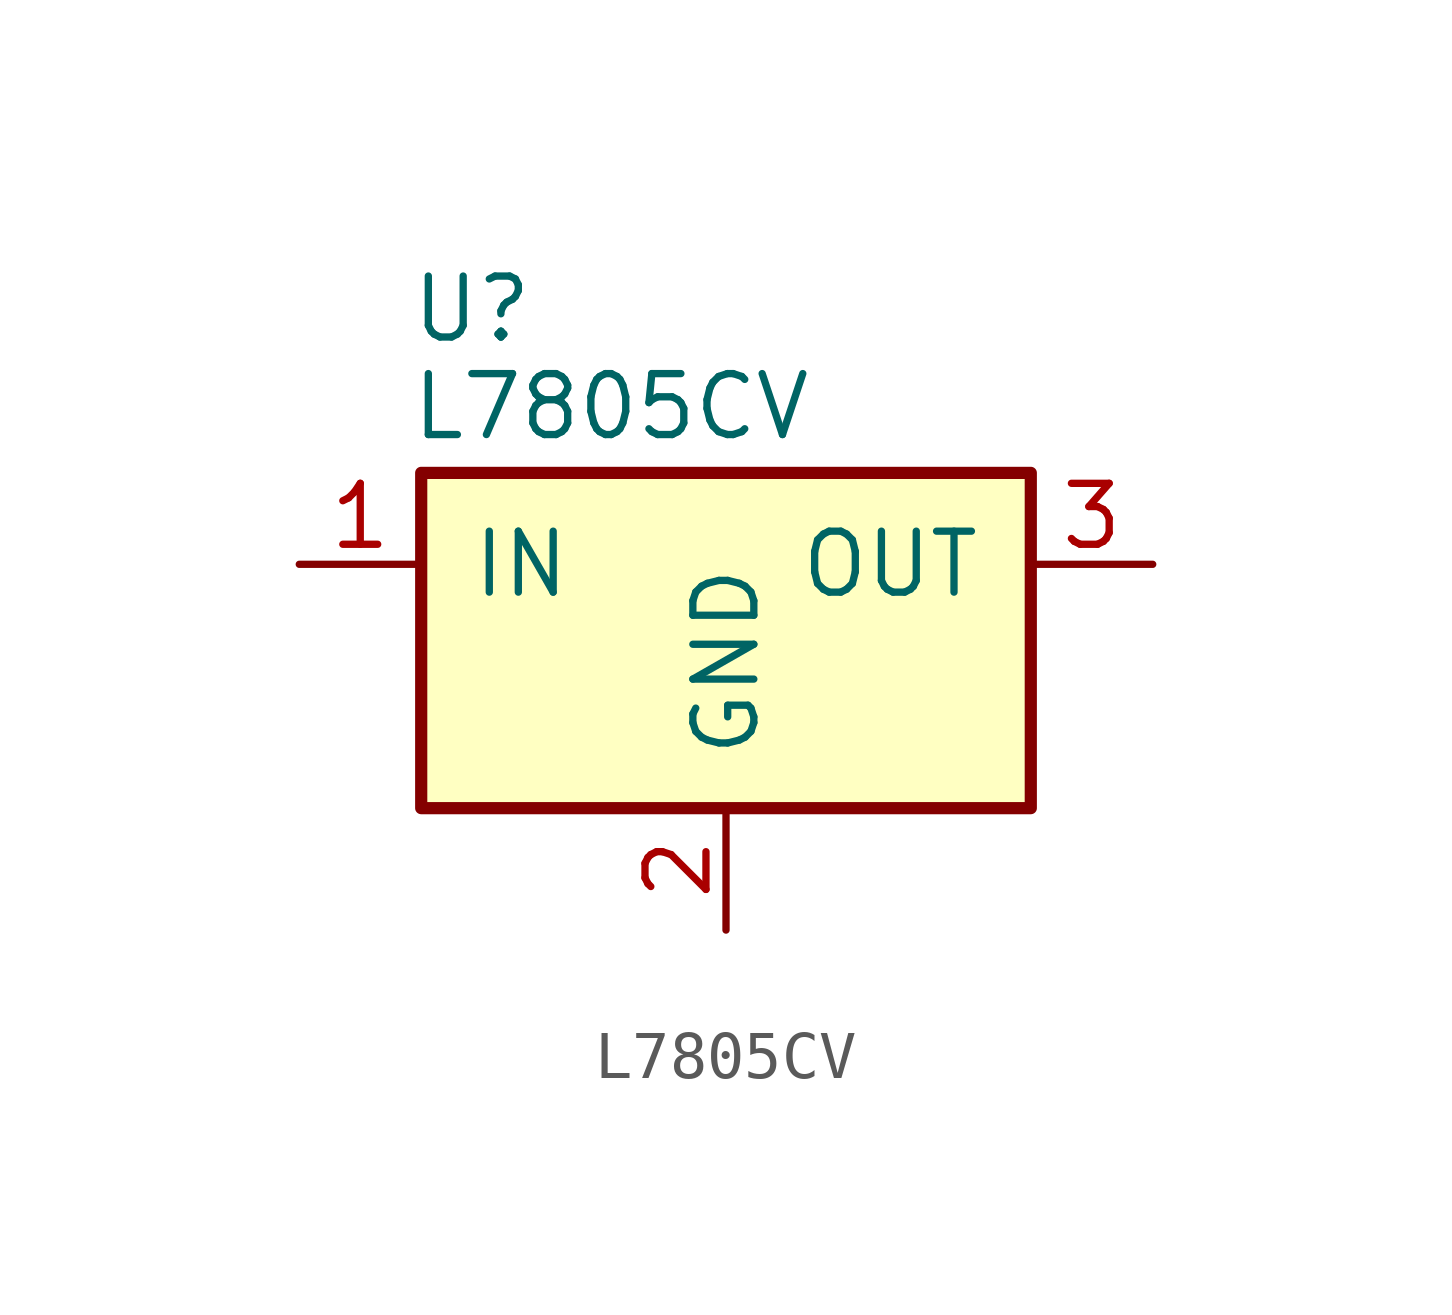
<source format=kicad_sym>
(kicad_symbol_lib
  (version 20241209)
  (generator "kicad_symbol_editor")
  (generator_version "9.0")
  (symbol "L7805CV"
    (pin_names
      (offset 1.016))
    (property "Reference" "U"
      (at -14.224 7.112 0)
      (effects (font (size 1.27 1.27)) (justify left bottom)))
    (property "Value" "L7805CV"
      (at -14.224 5.08 0)
      (effects (font (size 1.27 1.27)) (justify left bottom)))
    (symbol "L7805CV_0_1"
      (rectangle (start -13.97 4.445) (end -1.27 -2.54) (stroke (width 0.254) (type default)) (fill (type background))))
    (symbol "L7805CV_1_1"
      (pin power_in line (at -16.51 2.54 0) (length 2.54) (name "IN" (effects (font (size 1.27 1.27)))) (number "1" (effects (font (size 1.27 1.27)))))
      (pin power_in line (at -7.62 -5.08 90) (length 2.54) (name "GND" (effects (font (size 1.27 1.27)))) (number "2" (effects (font (size 1.27 1.27)))))
      (pin power_out line (at 1.27 2.54 180) (length 2.54) (name "OUT" (effects (font (size 1.27 1.27)))) (number "3" (effects (font (size 1.27 1.27))))))))
</source>
